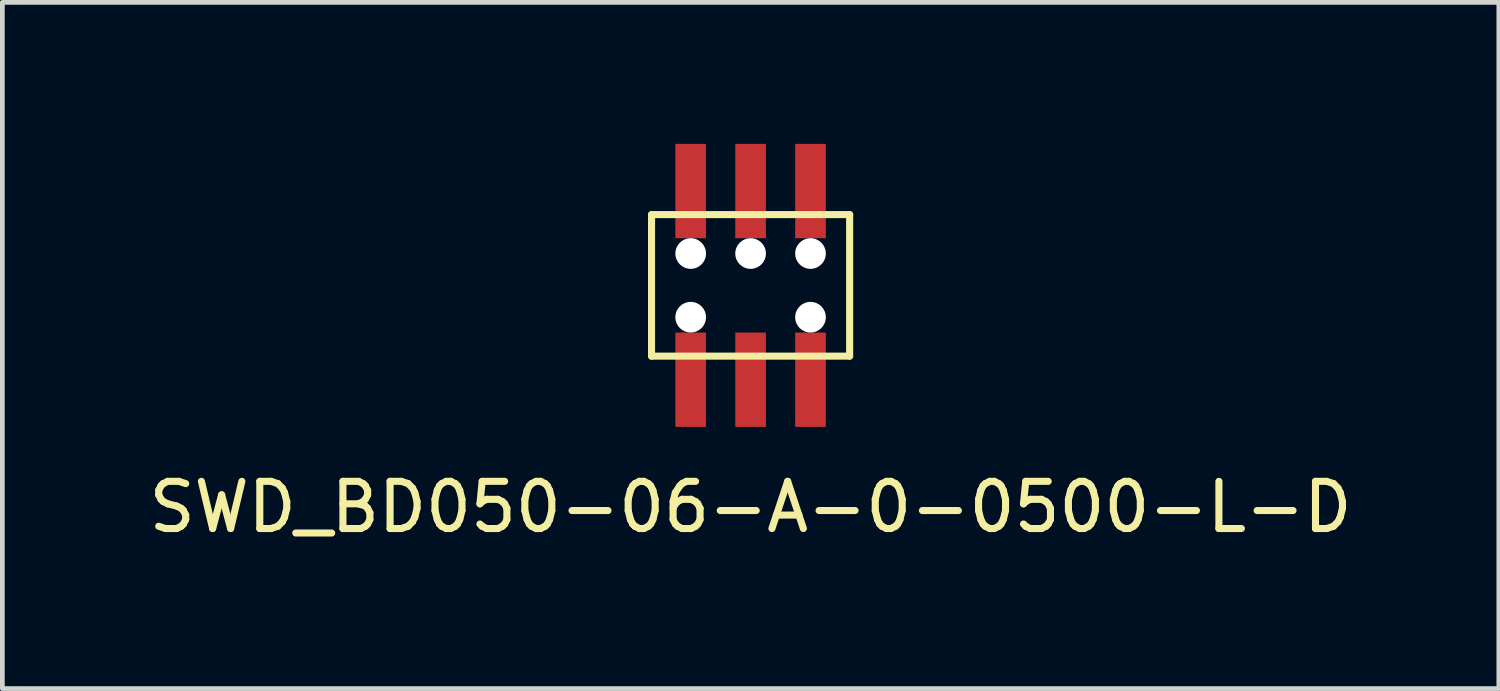
<source format=kicad_pcb>
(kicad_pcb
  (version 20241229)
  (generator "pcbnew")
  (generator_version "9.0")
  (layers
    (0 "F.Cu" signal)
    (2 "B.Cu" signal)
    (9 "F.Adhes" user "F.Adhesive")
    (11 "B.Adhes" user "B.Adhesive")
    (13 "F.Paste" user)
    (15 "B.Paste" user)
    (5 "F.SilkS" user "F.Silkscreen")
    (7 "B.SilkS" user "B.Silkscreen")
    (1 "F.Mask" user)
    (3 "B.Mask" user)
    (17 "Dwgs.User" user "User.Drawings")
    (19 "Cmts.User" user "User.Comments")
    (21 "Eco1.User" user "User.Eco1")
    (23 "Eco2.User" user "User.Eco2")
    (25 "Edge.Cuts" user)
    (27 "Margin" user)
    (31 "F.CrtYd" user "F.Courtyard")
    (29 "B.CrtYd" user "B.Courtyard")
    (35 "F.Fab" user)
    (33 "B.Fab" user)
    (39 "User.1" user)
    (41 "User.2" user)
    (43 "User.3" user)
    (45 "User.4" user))
  (footprint "SWD_BD050-06-A-0-0500-L-D"
    (layer "F.Cu")
    (at 12.863 3)
    (property "Reference" "SWD_BD050-06-A-0-0500-L-D" (at 0 4.7 0) (layer "F.SilkS") (effects (font (size 1 1) (thickness 0.15))))
    (attr through_hole)
    (fp_line (start -2.1 -1.5) (end 2.1 -1.5) (stroke (width 0.15) (type solid)) (layer "F.SilkS"))
    (fp_line (start -2.1 1.5) (end -2.1 -1.5) (stroke (width 0.15) (type solid)) (layer "F.SilkS"))
    (fp_line (start 2.1 -1.5) (end 2.1 1.5) (stroke (width 0.15) (type solid)) (layer "F.SilkS"))
    (fp_line (start 2.1 1.5) (end -2.1 1.5) (stroke (width 0.15) (type solid)) (layer "F.SilkS"))
    (pad "" np_thru_hole circle (at -1.27 -0.675) (size 0.65 0.65) (drill 0.65) (layers "*.Cu" "*.Mask"))
    (pad "" np_thru_hole circle (at -1.27 0.675) (size 0.65 0.65) (drill 0.65) (layers "*.Cu" "*.Mask"))
    (pad "" np_thru_hole circle (at 0 -0.675) (size 0.65 0.65) (drill 0.65) (layers "*.Cu" "*.Mask"))
    (pad "" np_thru_hole circle (at 1.27 -0.675) (size 0.65 0.65) (drill 0.65) (layers "*.Cu" "*.Mask"))
    (pad "" np_thru_hole circle (at 1.27 0.675) (size 0.65 0.65) (drill 0.65) (layers "*.Cu" "*.Mask"))
    (pad "1" smd rect (at -1.27 2) (size 0.65 2) (layers "F.Cu" "F.Mask" "F.Paste"))
    (pad "2" smd rect (at -1.27 -2) (size 0.65 2) (layers "F.Cu" "F.Mask" "F.Paste"))
    (pad "3" smd rect (at 0 2) (size 0.65 2) (layers "F.Cu" "F.Mask" "F.Paste"))
    (pad "4" smd rect (at 0 -2) (size 0.65 2) (layers "F.Cu" "F.Mask" "F.Paste"))
    (pad "5" smd rect (at 1.27 2) (size 0.65 2) (layers "F.Cu" "F.Mask" "F.Paste"))
    (pad "6" smd rect (at 1.27 -2) (size 0.65 2) (layers "F.Cu" "F.Mask" "F.Paste")))
  (gr_rect
    (start -3 -3)
    (end 28.726 11.548)
    (stroke (width 0.1) (type default))
    (fill no)
    (layer "Edge.Cuts")))
</source>
